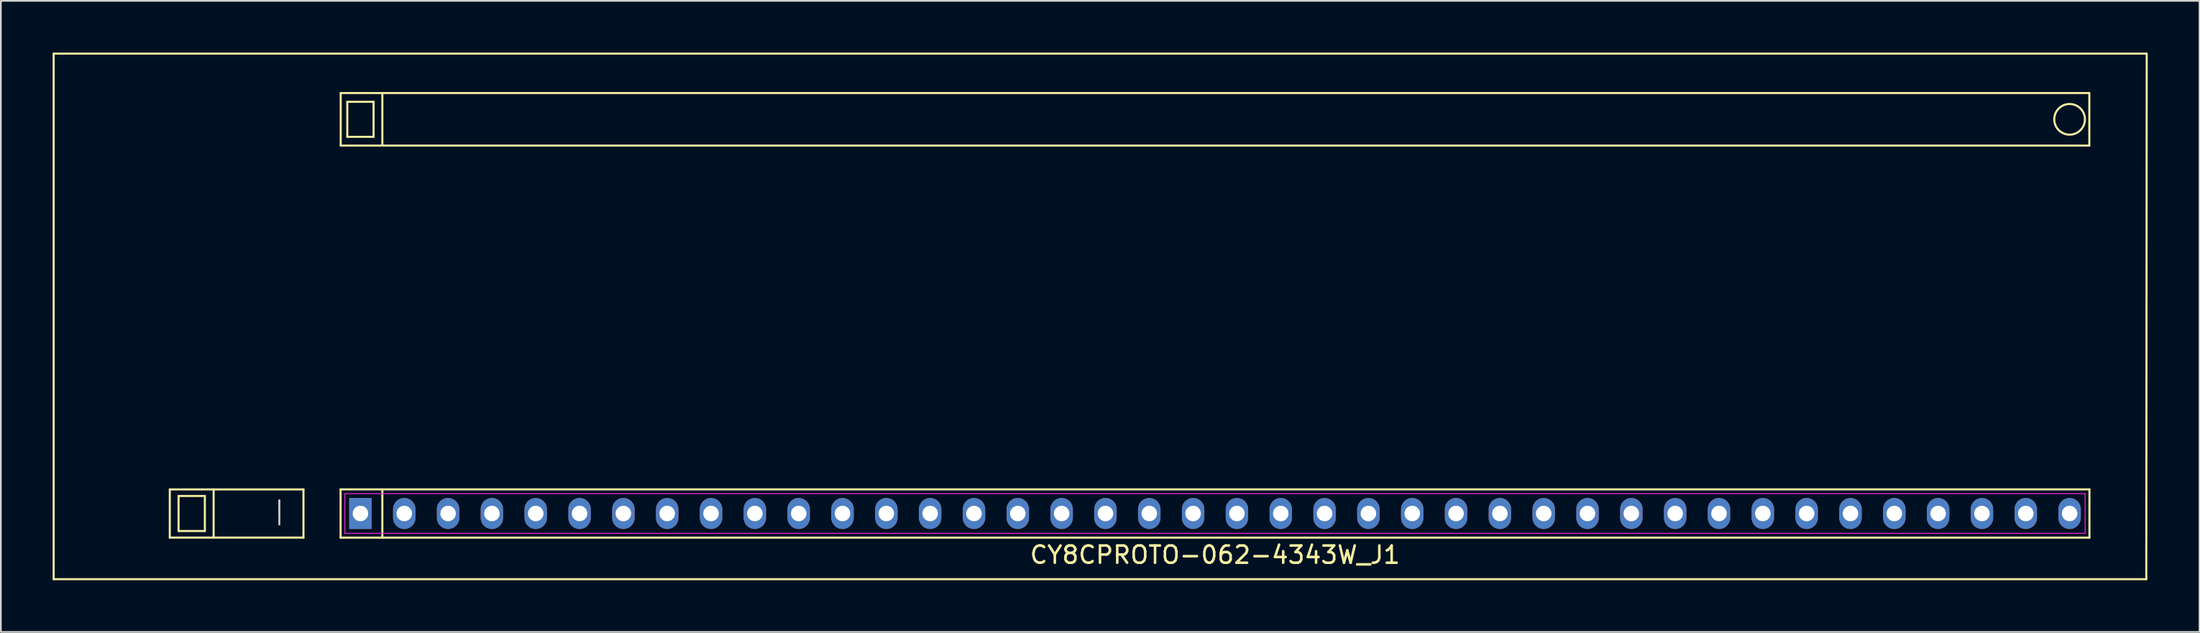
<source format=kicad_pcb>
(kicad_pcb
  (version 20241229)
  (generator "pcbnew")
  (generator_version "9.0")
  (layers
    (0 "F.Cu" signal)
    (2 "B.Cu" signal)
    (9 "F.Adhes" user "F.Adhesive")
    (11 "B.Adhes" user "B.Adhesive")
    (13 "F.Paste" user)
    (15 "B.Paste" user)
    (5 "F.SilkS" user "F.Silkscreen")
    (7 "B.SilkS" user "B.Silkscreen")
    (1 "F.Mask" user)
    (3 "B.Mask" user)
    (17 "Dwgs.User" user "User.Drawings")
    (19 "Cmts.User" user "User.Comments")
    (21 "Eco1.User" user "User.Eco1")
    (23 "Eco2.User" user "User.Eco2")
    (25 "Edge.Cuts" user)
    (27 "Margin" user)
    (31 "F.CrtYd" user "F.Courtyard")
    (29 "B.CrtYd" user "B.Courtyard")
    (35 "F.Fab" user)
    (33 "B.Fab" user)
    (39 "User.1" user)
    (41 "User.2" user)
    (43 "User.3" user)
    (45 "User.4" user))
  (footprint "CY8CPROTO-062-4343W_J1"
    (layer "F.Cu")
    (at 67.37 26.73)
    (property "Reference" "CY8CPROTO-062-4343W_J1" (at 0 2.4 0) (layer "F.SilkS") (effects (font (size 1 1) (thickness 0.15))))
    (attr through_hole)
    (fp_line (start -67.31 -26.67) (end 53.975 -26.67) (stroke (width 0.12) (type solid)) (layer "F.SilkS"))
    (fp_line (start -67.31 3.81) (end -67.31 -26.67) (stroke (width 0.12) (type solid)) (layer "F.SilkS"))
    (fp_line (start -60.579 -1.397) (end -52.832 -1.397) (stroke (width 0.12) (type solid)) (layer "F.SilkS"))
    (fp_line (start -60.579 1.397) (end -60.579 -1.397) (stroke (width 0.12) (type solid)) (layer "F.SilkS"))
    (fp_line (start -60.071 -1.016) (end -58.547 -1.016) (stroke (width 0.12) (type solid)) (layer "F.SilkS"))
    (fp_line (start -60.071 1.016) (end -60.071 -1.016) (stroke (width 0.12) (type solid)) (layer "F.SilkS"))
    (fp_line (start -58.547 -1.016) (end -58.547 1.016) (stroke (width 0.12) (type solid)) (layer "F.SilkS"))
    (fp_line (start -58.547 1.016) (end -60.071 1.016) (stroke (width 0.12) (type solid)) (layer "F.SilkS"))
    (fp_line (start -58.039 -1.397) (end -58.039 1.397) (stroke (width 0.12) (type solid)) (layer "F.SilkS"))
    (fp_line (start -52.832 -1.397) (end -52.832 1.397) (stroke (width 0.12) (type solid)) (layer "F.SilkS"))
    (fp_line (start -52.832 1.397) (end -60.579 1.397) (stroke (width 0.12) (type solid)) (layer "F.SilkS"))
    (fp_line (start -50.68 -1.4) (end 50.68 -1.4) (stroke (width 0.12) (type solid)) (layer "F.SilkS"))
    (fp_line (start -50.68 1.4) (end -50.68 -1.4) (stroke (width 0.12) (type solid)) (layer "F.SilkS"))
    (fp_line (start -50.673 -24.384) (end 50.673 -24.384) (stroke (width 0.12) (type solid)) (layer "F.SilkS"))
    (fp_line (start -50.673 -21.336) (end -50.673 -24.384) (stroke (width 0.12) (type solid)) (layer "F.SilkS"))
    (fp_line (start -50.292 -23.876) (end -50.292 -21.844) (stroke (width 0.12) (type solid)) (layer "F.SilkS"))
    (fp_line (start -50.292 -23.876) (end -48.768 -23.876) (stroke (width 0.12) (type solid)) (layer "F.SilkS"))
    (fp_line (start -48.768 -23.876) (end -48.768 -21.844) (stroke (width 0.12) (type solid)) (layer "F.SilkS"))
    (fp_line (start -48.768 -21.844) (end -50.292 -21.844) (stroke (width 0.12) (type solid)) (layer "F.SilkS"))
    (fp_line (start -48.26 -21.336) (end -48.26 -24.384) (stroke (width 0.12) (type solid)) (layer "F.SilkS"))
    (fp_line (start -48.26 -1.4) (end -48.26 1.4) (stroke (width 0.12) (type solid)) (layer "F.SilkS"))
    (fp_line (start 50.673 -24.384) (end 50.673 -21.336) (stroke (width 0.12) (type solid)) (layer "F.SilkS"))
    (fp_line (start 50.673 -21.336) (end -50.673 -21.336) (stroke (width 0.12) (type solid)) (layer "F.SilkS"))
    (fp_line (start 50.68 -1.4) (end 50.68 1.4) (stroke (width 0.12) (type solid)) (layer "F.SilkS"))
    (fp_line (start 50.68 1.4) (end -50.68 1.4) (stroke (width 0.12) (type solid)) (layer "F.SilkS"))
    (fp_line (start 53.975 3.81) (end -67.31 3.81) (stroke (width 0.12) (type solid)) (layer "F.SilkS"))
    (fp_line (start 54 -26.67) (end 53.975 3.81) (stroke (width 0.12) (type solid)) (layer "F.SilkS"))
    (fp_circle (center 49.53 -22.86) (end 49.53 -23.749) (stroke (width 0.12) (type solid)) (fill no) (layer "F.SilkS"))
    (fp_line (start -54.229 -0.762) (end -54.229 0.635) (stroke (width 0.12) (type solid)) (layer "Dwgs.User"))
    (fp_line (start -54.229 0) (end -54.229 -0.762) (stroke (width 0.12) (type solid)) (layer "Dwgs.User"))
    (fp_line (start -50.43 -1.15) (end 50.43 -1.15) (stroke (width 0.05) (type solid)) (layer "F.CrtYd"))
    (fp_line (start -50.43 1.15) (end -50.43 -1.15) (stroke (width 0.05) (type solid)) (layer "F.CrtYd"))
    (fp_line (start 50.43 -1.15) (end 50.43 1.15) (stroke (width 0.05) (type solid)) (layer "F.CrtYd"))
    (fp_line (start 50.43 1.15) (end -50.43 1.15) (stroke (width 0.05) (type solid)) (layer "F.CrtYd"))
    (pad "1" thru_hole rect (at -49.53 0) (size 1.3 1.8) (drill 0.9) (layers "*.Cu" "*.Mask"))
    (pad "2" thru_hole oval (at -46.99 0) (size 1.3 1.8) (drill 0.9) (layers "*.Cu" "*.Mask"))
    (pad "3" thru_hole oval (at -44.45 0) (size 1.3 1.8) (drill 0.9) (layers "*.Cu" "*.Mask"))
    (pad "4" thru_hole oval (at -41.91 0) (size 1.3 1.8) (drill 0.9) (layers "*.Cu" "*.Mask"))
    (pad "5" thru_hole oval (at -39.37 0) (size 1.3 1.8) (drill 0.9) (layers "*.Cu" "*.Mask"))
    (pad "6" thru_hole oval (at -36.83 0) (size 1.3 1.8) (drill 0.9) (layers "*.Cu" "*.Mask"))
    (pad "7" thru_hole oval (at -34.29 0) (size 1.3 1.8) (drill 0.9) (layers "*.Cu" "*.Mask"))
    (pad "8" thru_hole oval (at -31.75 0) (size 1.3 1.8) (drill 0.9) (layers "*.Cu" "*.Mask"))
    (pad "9" thru_hole oval (at -29.21 0) (size 1.3 1.8) (drill 0.9) (layers "*.Cu" "*.Mask"))
    (pad "10" thru_hole oval (at -26.67 0) (size 1.3 1.8) (drill 0.9) (layers "*.Cu" "*.Mask"))
    (pad "11" thru_hole oval (at -24.13 0) (size 1.3 1.8) (drill 0.9) (layers "*.Cu" "*.Mask"))
    (pad "12" thru_hole oval (at -21.59 0) (size 1.3 1.8) (drill 0.9) (layers "*.Cu" "*.Mask"))
    (pad "13" thru_hole oval (at -19.05 0) (size 1.3 1.8) (drill 0.9) (layers "*.Cu" "*.Mask"))
    (pad "14" thru_hole oval (at -16.51 0) (size 1.3 1.8) (drill 0.9) (layers "*.Cu" "*.Mask"))
    (pad "15" thru_hole oval (at -13.97 0) (size 1.3 1.8) (drill 0.9) (layers "*.Cu" "*.Mask"))
    (pad "16" thru_hole oval (at -11.43 0) (size 1.3 1.8) (drill 0.9) (layers "*.Cu" "*.Mask"))
    (pad "17" thru_hole oval (at -8.89 0) (size 1.3 1.8) (drill 0.9) (layers "*.Cu" "*.Mask"))
    (pad "18" thru_hole oval (at -6.35 0) (size 1.3 1.8) (drill 0.9) (layers "*.Cu" "*.Mask"))
    (pad "19" thru_hole oval (at -3.81 0) (size 1.3 1.8) (drill 0.9) (layers "*.Cu" "*.Mask"))
    (pad "20" thru_hole oval (at -1.27 0) (size 1.3 1.8) (drill 0.9) (layers "*.Cu" "*.Mask"))
    (pad "21" thru_hole oval (at 1.27 0) (size 1.3 1.8) (drill 0.9) (layers "*.Cu" "*.Mask"))
    (pad "22" thru_hole oval (at 3.81 0) (size 1.3 1.8) (drill 0.9) (layers "*.Cu" "*.Mask"))
    (pad "23" thru_hole oval (at 6.35 0) (size 1.3 1.8) (drill 0.9) (layers "*.Cu" "*.Mask"))
    (pad "24" thru_hole oval (at 8.89 0) (size 1.3 1.8) (drill 0.9) (layers "*.Cu" "*.Mask"))
    (pad "25" thru_hole oval (at 11.43 0) (size 1.3 1.8) (drill 0.9) (layers "*.Cu" "*.Mask"))
    (pad "26" thru_hole oval (at 13.97 0) (size 1.3 1.8) (drill 0.9) (layers "*.Cu" "*.Mask"))
    (pad "27" thru_hole oval (at 16.51 0) (size 1.3 1.8) (drill 0.9) (layers "*.Cu" "*.Mask"))
    (pad "28" thru_hole oval (at 19.05 0) (size 1.3 1.8) (drill 0.9) (layers "*.Cu" "*.Mask"))
    (pad "29" thru_hole oval (at 21.59 0) (size 1.3 1.8) (drill 0.9) (layers "*.Cu" "*.Mask"))
    (pad "30" thru_hole oval (at 24.13 0) (size 1.3 1.8) (drill 0.9) (layers "*.Cu" "*.Mask"))
    (pad "31" thru_hole oval (at 26.67 0) (size 1.3 1.8) (drill 0.9) (layers "*.Cu" "*.Mask"))
    (pad "32" thru_hole oval (at 29.21 0) (size 1.3 1.8) (drill 0.9) (layers "*.Cu" "*.Mask"))
    (pad "33" thru_hole oval (at 31.75 0) (size 1.3 1.8) (drill 0.9) (layers "*.Cu" "*.Mask"))
    (pad "34" thru_hole oval (at 34.29 0) (size 1.3 1.8) (drill 0.9) (layers "*.Cu" "*.Mask"))
    (pad "35" thru_hole oval (at 36.83 0) (size 1.3 1.8) (drill 0.9) (layers "*.Cu" "*.Mask"))
    (pad "36" thru_hole oval (at 39.37 0) (size 1.3 1.8) (drill 0.9) (layers "*.Cu" "*.Mask"))
    (pad "37" thru_hole oval (at 41.91 0) (size 1.3 1.8) (drill 0.9) (layers "*.Cu" "*.Mask"))
    (pad "38" thru_hole oval (at 44.45 0) (size 1.3 1.8) (drill 0.9) (layers "*.Cu" "*.Mask"))
    (pad "39" thru_hole oval (at 46.99 0) (size 1.3 1.8) (drill 0.9) (layers "*.Cu" "*.Mask"))
    (pad "40" thru_hole oval (at 49.53 0) (size 1.3 1.8) (drill 0.9) (layers "*.Cu" "*.Mask")))
  (gr_rect
    (start -3 -3)
    (end 124.43 33.6)
    (stroke (width 0.1) (type default))
    (fill no)
    (layer "Edge.Cuts")))
</source>
